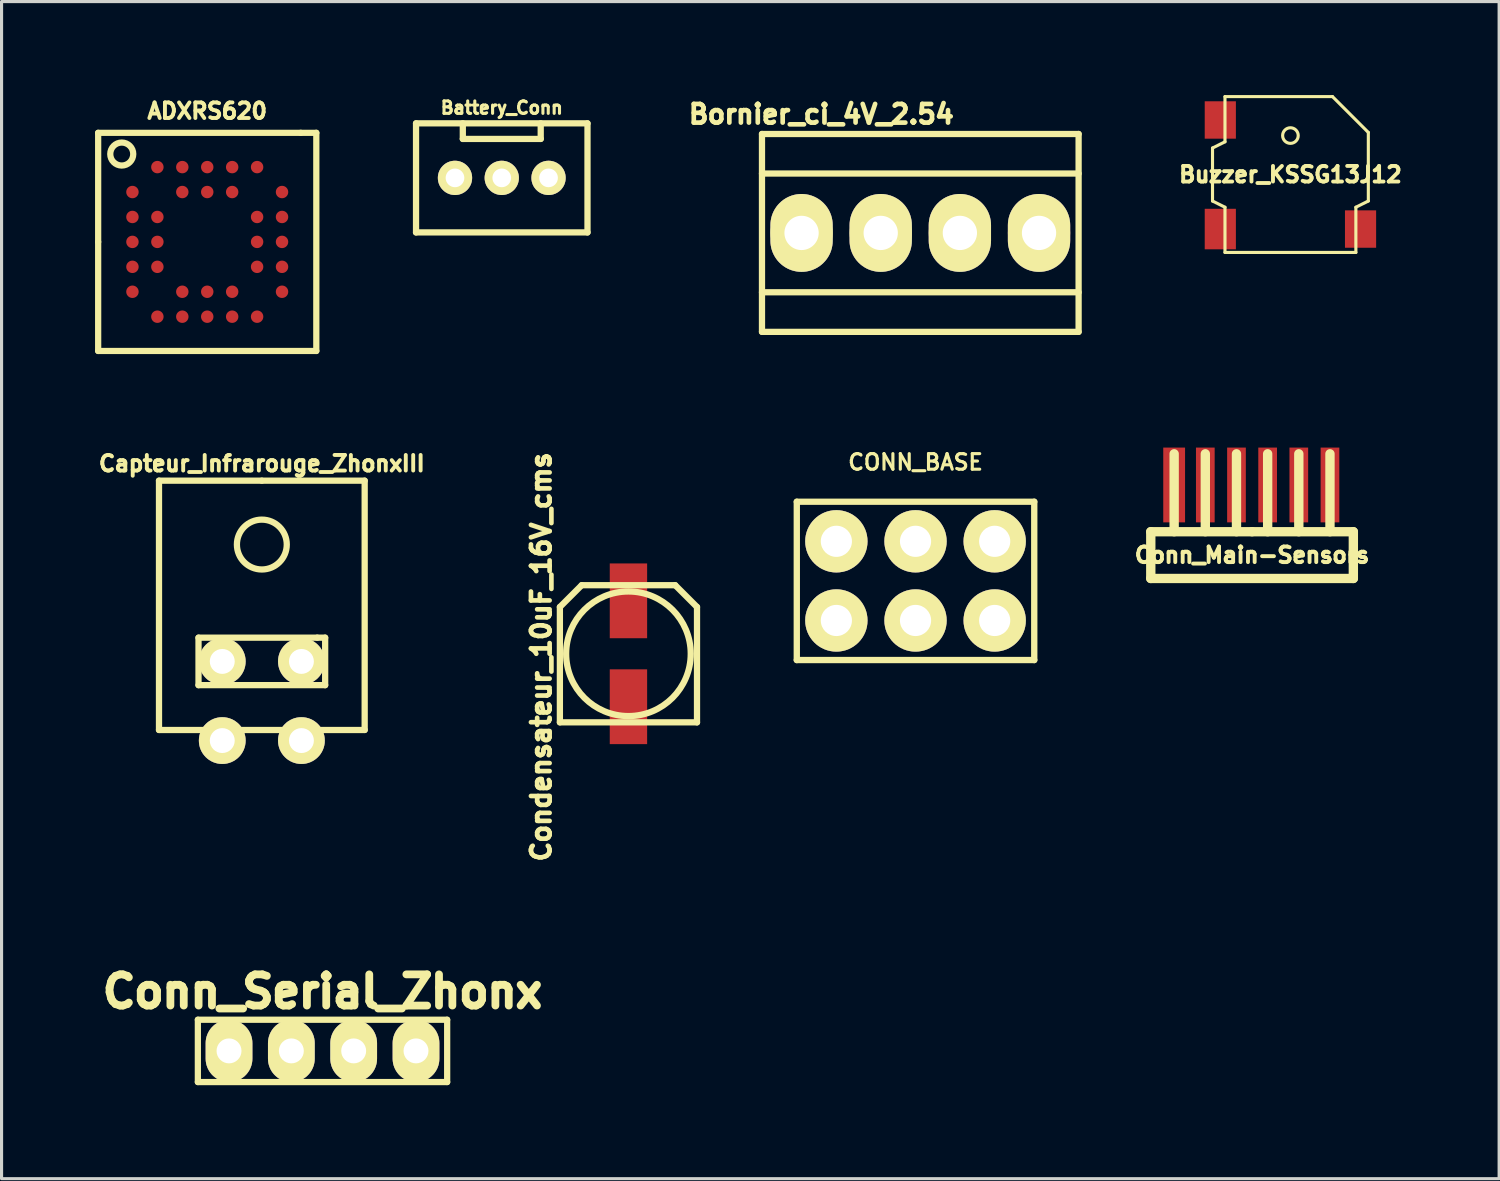
<source format=kicad_pcb>
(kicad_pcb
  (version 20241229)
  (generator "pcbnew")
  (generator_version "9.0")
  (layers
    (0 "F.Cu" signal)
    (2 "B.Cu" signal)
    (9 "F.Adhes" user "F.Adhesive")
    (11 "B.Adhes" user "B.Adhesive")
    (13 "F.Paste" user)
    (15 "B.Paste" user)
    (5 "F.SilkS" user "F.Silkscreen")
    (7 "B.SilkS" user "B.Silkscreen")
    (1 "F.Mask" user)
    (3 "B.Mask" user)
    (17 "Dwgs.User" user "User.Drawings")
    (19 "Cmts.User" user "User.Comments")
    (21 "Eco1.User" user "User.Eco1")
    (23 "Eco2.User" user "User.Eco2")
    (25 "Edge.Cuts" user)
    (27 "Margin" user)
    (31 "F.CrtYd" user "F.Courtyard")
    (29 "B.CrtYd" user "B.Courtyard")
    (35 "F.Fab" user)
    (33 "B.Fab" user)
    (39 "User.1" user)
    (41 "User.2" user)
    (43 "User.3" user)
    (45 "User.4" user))
  (footprint "Buzzer_KSSG13J12"
    (layer "F.Cu")
    (at 38.358 4.3)
    (property "Reference" "Buzzer_KSSG13J12" (at 0 -1.75 0) (layer "F.SilkS") (effects (font (size 0.5 0.5) (thickness 0.125))))
    (attr through_hole)
    (fp_line (start -2.5 -2.6) (end -2.5 -0.9) (stroke (width 0.1) (type solid)) (layer "F.SilkS"))
    (fp_line (start -2.5 -0.9) (end -2.1 -0.7) (stroke (width 0.1) (type solid)) (layer "F.SilkS"))
    (fp_line (start -2.1 -4.25) (end -2.1 -2.8) (stroke (width 0.1) (type solid)) (layer "F.SilkS"))
    (fp_line (start -2.1 -4.25) (end 1.35 -4.25) (stroke (width 0.1) (type solid)) (layer "F.SilkS"))
    (fp_line (start -2.1 -2.8) (end -2.5 -2.6) (stroke (width 0.1) (type solid)) (layer "F.SilkS"))
    (fp_line (start -2.1 -0.7) (end -2.1 0.75) (stroke (width 0.1) (type solid)) (layer "F.SilkS"))
    (fp_line (start -2.1 0.75) (end 2.1 0.75) (stroke (width 0.1) (type solid)) (layer "F.SilkS"))
    (fp_line (start 2.1 -0.7) (end 2.5 -0.9) (stroke (width 0.1) (type solid)) (layer "F.SilkS"))
    (fp_line (start 2.1 0.75) (end 2.1 -0.7) (stroke (width 0.1) (type solid)) (layer "F.SilkS"))
    (fp_line (start 2.5 -3.1) (end 1.35 -4.25) (stroke (width 0.1) (type solid)) (layer "F.SilkS"))
    (fp_line (start 2.5 -0.9) (end 2.5 -3.1) (stroke (width 0.1) (type solid)) (layer "F.SilkS"))
    (fp_circle (center 0 -3) (end 0 -2.75) (stroke (width 0.1) (type solid)) (fill no) (layer "F.SilkS"))
    (pad "1" smd rect (at -2.25 0) (size 1 1.3) (layers "F.Cu" "F.Mask" "F.Paste"))
    (pad "2" smd rect (at 2.25 0) (size 1 1.2) (layers "F.Cu" "F.Mask" "F.Paste"))
    (pad "3" smd rect (at -2.25 -3.5) (size 1 1.2) (layers "F.Cu" "F.Mask" "F.Paste")))
  (footprint "Conn_Main-Sensors"
    (layer "F.Cu")
    (at 37.127 13.512)
    (property "Reference" "Conn_Main-Sensors" (at 0 1.25 0) (layer "F.SilkS") (effects (font (size 0.5 0.5) (thickness 0.125))))
    (attr through_hole)
    (fp_line (start -3.25 0.5) (end 0 0.5) (stroke (width 0.3) (type solid)) (layer "F.SilkS"))
    (fp_line (start -3.25 2) (end -3.25 0.5) (stroke (width 0.3) (type solid)) (layer "F.SilkS"))
    (fp_line (start -2.5 -2) (end -2.5 0.5) (stroke (width 0.3) (type solid)) (layer "F.SilkS"))
    (fp_line (start -1.5 -2) (end -1.5 0.5) (stroke (width 0.3) (type solid)) (layer "F.SilkS"))
    (fp_line (start -0.5 -2) (end -0.5 0.5) (stroke (width 0.3) (type solid)) (layer "F.SilkS"))
    (fp_line (start 0 0.5) (end 3.25 0.5) (stroke (width 0.3) (type solid)) (layer "F.SilkS"))
    (fp_line (start 0.5 -2) (end 0.5 0.5) (stroke (width 0.3) (type solid)) (layer "F.SilkS"))
    (fp_line (start 1.5 -2) (end 1.5 0.5) (stroke (width 0.3) (type solid)) (layer "F.SilkS"))
    (fp_line (start 2.5 -2) (end 2.5 0.5) (stroke (width 0.3) (type solid)) (layer "F.SilkS"))
    (fp_line (start 3.25 0.5) (end 3.25 2) (stroke (width 0.3) (type solid)) (layer "F.SilkS"))
    (fp_line (start 3.25 2) (end -3.25 2) (stroke (width 0.3) (type solid)) (layer "F.SilkS"))
    (pad "1" smd rect (at -2.5 -1) (size 0.7 2.4) (layers "F.Cu" "F.Mask" "F.Paste"))
    (pad "2" smd rect (at -1.5 -1) (size 0.6 2.4) (layers "F.Cu" "F.Mask" "F.Paste"))
    (pad "3" smd rect (at -0.5 -1) (size 0.6 2.4) (layers "F.Cu" "F.Mask" "F.Paste"))
    (pad "4" smd rect (at 0.5 -1) (size 0.6 2.4) (layers "F.Cu" "F.Mask" "F.Paste"))
    (pad "5" smd rect (at 1.5 -1) (size 0.6 2.4) (layers "F.Cu" "F.Mask" "F.Paste"))
    (pad "6" smd rect (at 2.5 -1) (size 0.6 2.4) (layers "F.Cu" "F.Mask" "F.Paste")))
  (footprint "Condensateur_10uF_16V_cms"
    (layer "F.Cu")
    (at 17.116 17.929)
    (property "Reference" "Condensateur_10uF_16V_cms" (at -2.799 0.099 90) (layer "F.SilkS") (effects (font (size 0.599 0.599) (thickness 0.15))))
    (attr through_hole)
    (fp_line (start -2.2 -1.501) (end -1.501 -2.2) (stroke (width 0.201) (type solid)) (layer "F.SilkS"))
    (fp_line (start -2.2 2.2) (end -2.2 -1.501) (stroke (width 0.201) (type solid)) (layer "F.SilkS"))
    (fp_line (start -1.501 -2.2) (end 1.501 -2.2) (stroke (width 0.201) (type solid)) (layer "F.SilkS"))
    (fp_line (start 1.501 -2.2) (end 2.2 -1.501) (stroke (width 0.201) (type solid)) (layer "F.SilkS"))
    (fp_line (start 2.2 -1.501) (end 2.2 2.2) (stroke (width 0.201) (type solid)) (layer "F.SilkS"))
    (fp_line (start 2.2 2.2) (end -2.2 2.2) (stroke (width 0.201) (type solid)) (layer "F.SilkS"))
    (fp_circle (center 0 0) (end 1.999 0) (stroke (width 0.201) (type solid)) (fill no) (layer "F.SilkS"))
    (pad "1" smd rect (at 0 -1.699) (size 1.199 2.4) (layers "F.Cu" "F.Mask" "F.Paste"))
    (pad "2" smd rect (at 0 1.699) (size 1.199 2.4) (layers "F.Cu" "F.Mask" "F.Paste")))
  (footprint "ADXRS620"
    (layer "F.Cu")
    (at 3.6 4.712)
    (property "Reference" "ADXRS620" (at 0 -4.2 0) (layer "F.SilkS") (effects (font (size 0.5 0.5) (thickness 0.125))))
    (attr smd)
    (fp_line (start -3.5 -3.5) (end 3 -3.5) (stroke (width 0.2) (type solid)) (layer "F.SilkS"))
    (fp_line (start -3.5 0) (end -3.5 -3.5) (stroke (width 0.2) (type solid)) (layer "F.SilkS"))
    (fp_line (start -3.5 0) (end -3.5 3.5) (stroke (width 0.2) (type solid)) (layer "F.SilkS"))
    (fp_line (start -3.5 3.5) (end 3.5 3.5) (stroke (width 0.2) (type solid)) (layer "F.SilkS"))
    (fp_line (start 3 -3.5) (end 3.5 -3.5) (stroke (width 0.2) (type solid)) (layer "F.SilkS"))
    (fp_line (start 3.5 -3.5) (end 3.5 3.5) (stroke (width 0.2) (type solid)) (layer "F.SilkS"))
    (fp_circle (center -2.743 -2.819) (end -2.743 -3.188) (stroke (width 0.2) (type solid)) (fill no) (layer "F.SilkS"))
    (pad "1B" smd circle (at -2.4 -1.6 180) (size 0.399 0.399) (layers "F.Cu" "F.Mask" "F.Paste"))
    (pad "1C" smd circle (at -2.4 -0.8 180) (size 0.399 0.399) (layers "F.Cu" "F.Mask" "F.Paste"))
    (pad "1D" smd circle (at -2.4 0 180) (size 0.399 0.399) (layers "F.Cu" "F.Mask" "F.Paste"))
    (pad "1E" smd circle (at -2.4 0.8 180) (size 0.399 0.399) (layers "F.Cu" "F.Mask" "F.Paste"))
    (pad "1F" smd circle (at -2.4 1.6 180) (size 0.399 0.399) (layers "F.Cu" "F.Mask" "F.Paste"))
    (pad "2A" smd circle (at -1.6 -2.4 180) (size 0.399 0.399) (layers "F.Cu" "F.Mask" "F.Paste"))
    (pad "2C" smd circle (at -1.6 -0.8 180) (size 0.399 0.399) (layers "F.Cu" "F.Mask" "F.Paste"))
    (pad "2D" smd circle (at -1.6 0 180) (size 0.399 0.399) (layers "F.Cu" "F.Mask" "F.Paste"))
    (pad "2E" smd circle (at -1.6 0.8 180) (size 0.399 0.399) (layers "F.Cu" "F.Mask" "F.Paste"))
    (pad "2G" smd circle (at -1.6 2.4 180) (size 0.399 0.399) (layers "F.Cu" "F.Mask" "F.Paste"))
    (pad "3A" smd circle (at -0.8 -2.4 180) (size 0.399 0.399) (layers "F.Cu" "F.Mask" "F.Paste"))
    (pad "3B" smd circle (at -0.8 -1.6 180) (size 0.399 0.399) (layers "F.Cu" "F.Mask" "F.Paste"))
    (pad "3F" smd circle (at -0.8 1.6 180) (size 0.399 0.399) (layers "F.Cu" "F.Mask" "F.Paste"))
    (pad "3G" smd circle (at -0.8 2.4 180) (size 0.399 0.399) (layers "F.Cu" "F.Mask" "F.Paste"))
    (pad "4A" smd circle (at 0 -2.4 180) (size 0.399 0.399) (layers "F.Cu" "F.Mask" "F.Paste"))
    (pad "4B" smd circle (at 0 -1.6 180) (size 0.399 0.399) (layers "F.Cu" "F.Mask" "F.Paste"))
    (pad "4F" smd circle (at 0 1.6 180) (size 0.399 0.399) (layers "F.Cu" "F.Mask" "F.Paste"))
    (pad "4G" smd circle (at 0 2.4 180) (size 0.399 0.399) (layers "F.Cu" "F.Mask" "F.Paste"))
    (pad "5A" smd circle (at 0.8 -2.4 180) (size 0.399 0.399) (layers "F.Cu" "F.Mask" "F.Paste"))
    (pad "5B" smd circle (at 0.8 -1.6 180) (size 0.399 0.399) (layers "F.Cu" "F.Mask" "F.Paste"))
    (pad "5F" smd circle (at 0.8 1.6 180) (size 0.399 0.399) (layers "F.Cu" "F.Mask" "F.Paste"))
    (pad "5G" smd circle (at 0.8 2.4 180) (size 0.399 0.399) (layers "F.Cu" "F.Mask" "F.Paste"))
    (pad "6A" smd circle (at 1.6 -2.4 180) (size 0.399 0.399) (layers "F.Cu" "F.Mask" "F.Paste"))
    (pad "6C" smd circle (at 1.6 -0.8 180) (size 0.399 0.399) (layers "F.Cu" "F.Mask" "F.Paste"))
    (pad "6D" smd circle (at 1.6 0 180) (size 0.399 0.399) (layers "F.Cu" "F.Mask" "F.Paste"))
    (pad "6E" smd circle (at 1.6 0.8 180) (size 0.399 0.399) (layers "F.Cu" "F.Mask" "F.Paste"))
    (pad "6G" smd circle (at 1.6 2.4 180) (size 0.399 0.399) (layers "F.Cu" "F.Mask" "F.Paste"))
    (pad "7B" smd circle (at 2.4 -1.6 180) (size 0.399 0.399) (layers "F.Cu" "F.Mask" "F.Paste"))
    (pad "7C" smd circle (at 2.4 -0.8 180) (size 0.399 0.399) (layers "F.Cu" "F.Mask" "F.Paste"))
    (pad "7D" smd circle (at 2.4 0 180) (size 0.399 0.399) (layers "F.Cu" "F.Mask" "F.Paste"))
    (pad "7E" smd circle (at 2.4 0.8 180) (size 0.399 0.399) (layers "F.Cu" "F.Mask" "F.Paste"))
    (pad "7F" smd circle (at 2.4 1.6 180) (size 0.399 0.399) (layers "F.Cu" "F.Mask" "F.Paste")))
  (footprint "CONN_BASE"
    (layer "F.Cu")
    (at 26.328 15.59)
    (property "Reference" "CONN_BASE" (at 0 -3.81 0) (layer "F.SilkS") (effects (font (size 0.5 0.5) (thickness 0.1))))
    (attr through_hole)
    (fp_line (start -3.81 -2.54) (end 3.81 -2.54) (stroke (width 0.203) (type solid)) (layer "F.SilkS"))
    (fp_line (start -3.81 2.54) (end -3.81 -2.54) (stroke (width 0.203) (type solid)) (layer "F.SilkS"))
    (fp_line (start 3.81 -2.54) (end 3.81 2.54) (stroke (width 0.203) (type solid)) (layer "F.SilkS"))
    (fp_line (start 3.81 2.54) (end -3.81 2.54) (stroke (width 0.203) (type solid)) (layer "F.SilkS"))
    (pad "1" thru_hole circle (at -2.54 1.27) (size 2 2) (drill 1) (layers "*.Cu" "*.Mask" "F.SilkS"))
    (pad "2" thru_hole circle (at 0 1.27) (size 2 2) (drill 1) (layers "*.Cu" "*.Mask" "F.SilkS"))
    (pad "3" thru_hole circle (at 2.54 1.27) (size 2 2) (drill 1) (layers "*.Cu" "*.Mask" "F.SilkS"))
    (pad "4" thru_hole circle (at 2.54 -1.27) (size 2 2) (drill 1) (layers "*.Cu" "*.Mask" "F.SilkS"))
    (pad "5" thru_hole circle (at 0 -1.27) (size 2 2) (drill 1) (layers "*.Cu" "*.Mask" "F.SilkS"))
    (pad "6" thru_hole circle (at -2.54 -1.27) (size 2 2) (drill 1) (layers "*.Cu" "*.Mask" "F.SilkS")))
  (footprint "Conn_Serial_Zhonx"
    (layer "F.Cu")
    (at 7.299 30.672)
    (property "Reference" "Conn_Serial_Zhonx" (at 0 -1.905 0) (layer "F.SilkS") (effects (font (size 1 1) (thickness 0.25))))
    (attr through_hole)
    (fp_line (start -4 -1) (end 4 -1) (stroke (width 0.2) (type solid)) (layer "F.SilkS"))
    (fp_line (start -4 1) (end -4 -1) (stroke (width 0.2) (type solid)) (layer "F.SilkS"))
    (fp_line (start 4 -1) (end 4 1) (stroke (width 0.2) (type solid)) (layer "F.SilkS"))
    (fp_line (start 4 1) (end -4 1) (stroke (width 0.2) (type solid)) (layer "F.SilkS"))
    (pad "1" thru_hole oval (at -3 0) (size 1.5 2) (drill 0.8) (layers "*.Cu" "*.Mask" "F.SilkS"))
    (pad "2" thru_hole oval (at -1 0) (size 1.5 2) (drill 0.8) (layers "*.Cu" "*.Mask" "F.SilkS"))
    (pad "3" thru_hole oval (at 1 0) (size 1.5 2) (drill 0.8) (layers "*.Cu" "*.Mask" "F.SilkS"))
    (pad "4" thru_hole oval (at 3 0) (size 1.5 2) (drill 0.8) (layers "*.Cu" "*.Mask" "F.SilkS")))
  (footprint "Battery_Conn"
    (layer "F.Cu")
    (at 13.051 2.658)
    (property "Reference" "Battery_Conn" (at 0 -2.25 0) (layer "F.SilkS") (effects (font (size 0.399 0.399) (thickness 0.099))))
    (attr through_hole)
    (fp_line (start -2.751 -1.75) (end -2.751 1.75) (stroke (width 0.201) (type solid)) (layer "F.SilkS"))
    (fp_line (start -2.751 1.75) (end 2.751 1.75) (stroke (width 0.201) (type solid)) (layer "F.SilkS"))
    (fp_line (start -1.25 -1.25) (end -1.25 -1.75) (stroke (width 0.201) (type solid)) (layer "F.SilkS"))
    (fp_line (start 1.25 -1.75) (end 1.25 -1.25) (stroke (width 0.201) (type solid)) (layer "F.SilkS"))
    (fp_line (start 1.25 -1.25) (end -1.25 -1.25) (stroke (width 0.201) (type solid)) (layer "F.SilkS"))
    (fp_line (start 2.751 -1.75) (end -2.751 -1.75) (stroke (width 0.201) (type solid)) (layer "F.SilkS"))
    (fp_line (start 2.751 1.75) (end 2.751 -1.75) (stroke (width 0.201) (type solid)) (layer "F.SilkS"))
    (pad "1" thru_hole circle (at -1.501 0) (size 1.1 1.1) (drill 0.599) (layers "*.Cu" "*.Mask" "F.SilkS"))
    (pad "2" thru_hole circle (at 0 0) (size 1.1 1.1) (drill 0.599) (layers "*.Cu" "*.Mask" "F.SilkS"))
    (pad "3" thru_hole circle (at 1.501 0) (size 1.1 1.1) (drill 0.599) (layers "*.Cu" "*.Mask" "F.SilkS")))
  (footprint "Capteur_Infrarouge_ZhonxIII"
    (layer "F.Cu")
    (at 5.352 19.444)
    (property "Reference" "Capteur_Infrarouge_ZhonxIII" (at 0 -7.62 0) (layer "F.SilkS") (effects (font (size 0.5 0.5) (thickness 0.125))))
    (attr through_hole)
    (fp_line (start -3.3 -7.07) (end 0 -7.07) (stroke (width 0.201) (type solid)) (layer "F.SilkS"))
    (fp_line (start -3.3 0.93) (end -3.3 -7.07) (stroke (width 0.201) (type solid)) (layer "F.SilkS"))
    (fp_line (start -2.032 -2.032) (end 1.778 -2.032) (stroke (width 0.201) (type solid)) (layer "F.SilkS"))
    (fp_line (start -2.032 -0.508) (end -2.032 -2.032) (stroke (width 0.201) (type solid)) (layer "F.SilkS"))
    (fp_line (start -1.27 1.27) (end -1.27 0.93) (stroke (width 0.201) (type solid)) (layer "F.SilkS"))
    (fp_line (start 0 -7.07) (end 3.3 -7.07) (stroke (width 0.201) (type solid)) (layer "F.SilkS"))
    (fp_line (start 1.27 1.27) (end 1.27 0.93) (stroke (width 0.201) (type solid)) (layer "F.SilkS"))
    (fp_line (start 1.778 -2.032) (end 2.032 -2.032) (stroke (width 0.201) (type solid)) (layer "F.SilkS"))
    (fp_line (start 2.032 -2.032) (end 2.032 -0.508) (stroke (width 0.201) (type solid)) (layer "F.SilkS"))
    (fp_line (start 2.032 -0.508) (end -2.032 -0.508) (stroke (width 0.201) (type solid)) (layer "F.SilkS"))
    (fp_line (start 3.3 -7.07) (end 3.3 0.93) (stroke (width 0.201) (type solid)) (layer "F.SilkS"))
    (fp_line (start 3.3 0.93) (end -3.3 0.93) (stroke (width 0.201) (type solid)) (layer "F.SilkS"))
    (fp_circle (center 0 -5.02) (end 0 -4.22) (stroke (width 0.201) (type solid)) (fill no) (layer "F.SilkS"))
    (pad "1" thru_hole circle (at -1.27 -1.27) (size 1.501 1.501) (drill 0.8) (layers "*.Cu" "*.Mask" "F.SilkS"))
    (pad "2" thru_hole circle (at 1.27 -1.27) (size 1.501 1.501) (drill 0.8) (layers "*.Cu" "*.Mask" "F.SilkS"))
    (pad "3" thru_hole circle (at -1.27 1.27) (size 1.501 1.501) (drill 0.8) (layers "*.Cu" "*.Mask" "F.SilkS"))
    (pad "4" thru_hole circle (at 1.27 1.27) (size 1.501 1.501) (drill 0.8) (layers "*.Cu" "*.Mask" "F.SilkS")))
  (footprint "Bornier_ci_4V_2.54"
    (layer "F.Cu")
    (at 26.481 4.424)
    (property "Reference" "Bornier_ci_4V_2.54" (at -3.175 -3.81 0) (layer "F.SilkS") (effects (font (size 0.599 0.599) (thickness 0.15))))
    (attr through_hole)
    (fp_line (start -5.08 -3.175) (end -5.08 3.175) (stroke (width 0.201) (type solid)) (layer "F.SilkS"))
    (fp_line (start -5.08 -1.905) (end 5.08 -1.905) (stroke (width 0.201) (type solid)) (layer "F.SilkS"))
    (fp_line (start -5.08 3.175) (end 5.08 3.175) (stroke (width 0.201) (type solid)) (layer "F.SilkS"))
    (fp_line (start -3.175 -0.635) (end -4.445 0.635) (stroke (width 0.201) (type solid)) (layer "F.SilkS"))
    (fp_line (start -0.635 -0.635) (end -1.905 0.635) (stroke (width 0.201) (type solid)) (layer "F.SilkS"))
    (fp_line (start 1.905 -0.635) (end 0.635 0.635) (stroke (width 0.201) (type solid)) (layer "F.SilkS"))
    (fp_line (start 4.445 -0.635) (end 3.175 0.635) (stroke (width 0.201) (type solid)) (layer "F.SilkS"))
    (fp_line (start 5.08 -3.175) (end -5.08 -3.175) (stroke (width 0.201) (type solid)) (layer "F.SilkS"))
    (fp_line (start 5.08 1.905) (end -5.08 1.905) (stroke (width 0.201) (type solid)) (layer "F.SilkS"))
    (fp_line (start 5.08 3.175) (end 5.08 -3.175) (stroke (width 0.201) (type solid)) (layer "F.SilkS"))
    (fp_circle (center -3.81 0) (end -3.175 0.635) (stroke (width 0.201) (type solid)) (fill no) (layer "F.SilkS"))
    (fp_circle (center -1.27 0) (end -0.635 0.635) (stroke (width 0.201) (type solid)) (fill no) (layer "F.SilkS"))
    (fp_circle (center 1.27 0) (end 1.905 0.635) (stroke (width 0.201) (type solid)) (fill no) (layer "F.SilkS"))
    (fp_circle (center 3.81 0) (end 4.445 0.635) (stroke (width 0.201) (type solid)) (fill no) (layer "F.SilkS"))
    (pad "1" thru_hole oval (at -3.81 0) (size 1.999 2.499) (drill 1.1) (layers "*.Cu" "*.Mask" "F.SilkS"))
    (pad "2" thru_hole oval (at -1.27 0) (size 1.999 2.499) (drill 1.1) (layers "*.Cu" "*.Mask" "F.SilkS"))
    (pad "3" thru_hole oval (at 1.27 0) (size 1.999 2.499) (drill 1.1) (layers "*.Cu" "*.Mask" "F.SilkS"))
    (pad "4" thru_hole oval (at 3.81 0) (size 1.999 2.499) (drill 1.1) (layers "*.Cu" "*.Mask" "F.SilkS")))
  (gr_rect
    (start -3 -3)
    (end 45.055 34.772)
    (stroke (width 0.1) (type default))
    (fill no)
    (layer "Edge.Cuts")))
</source>
